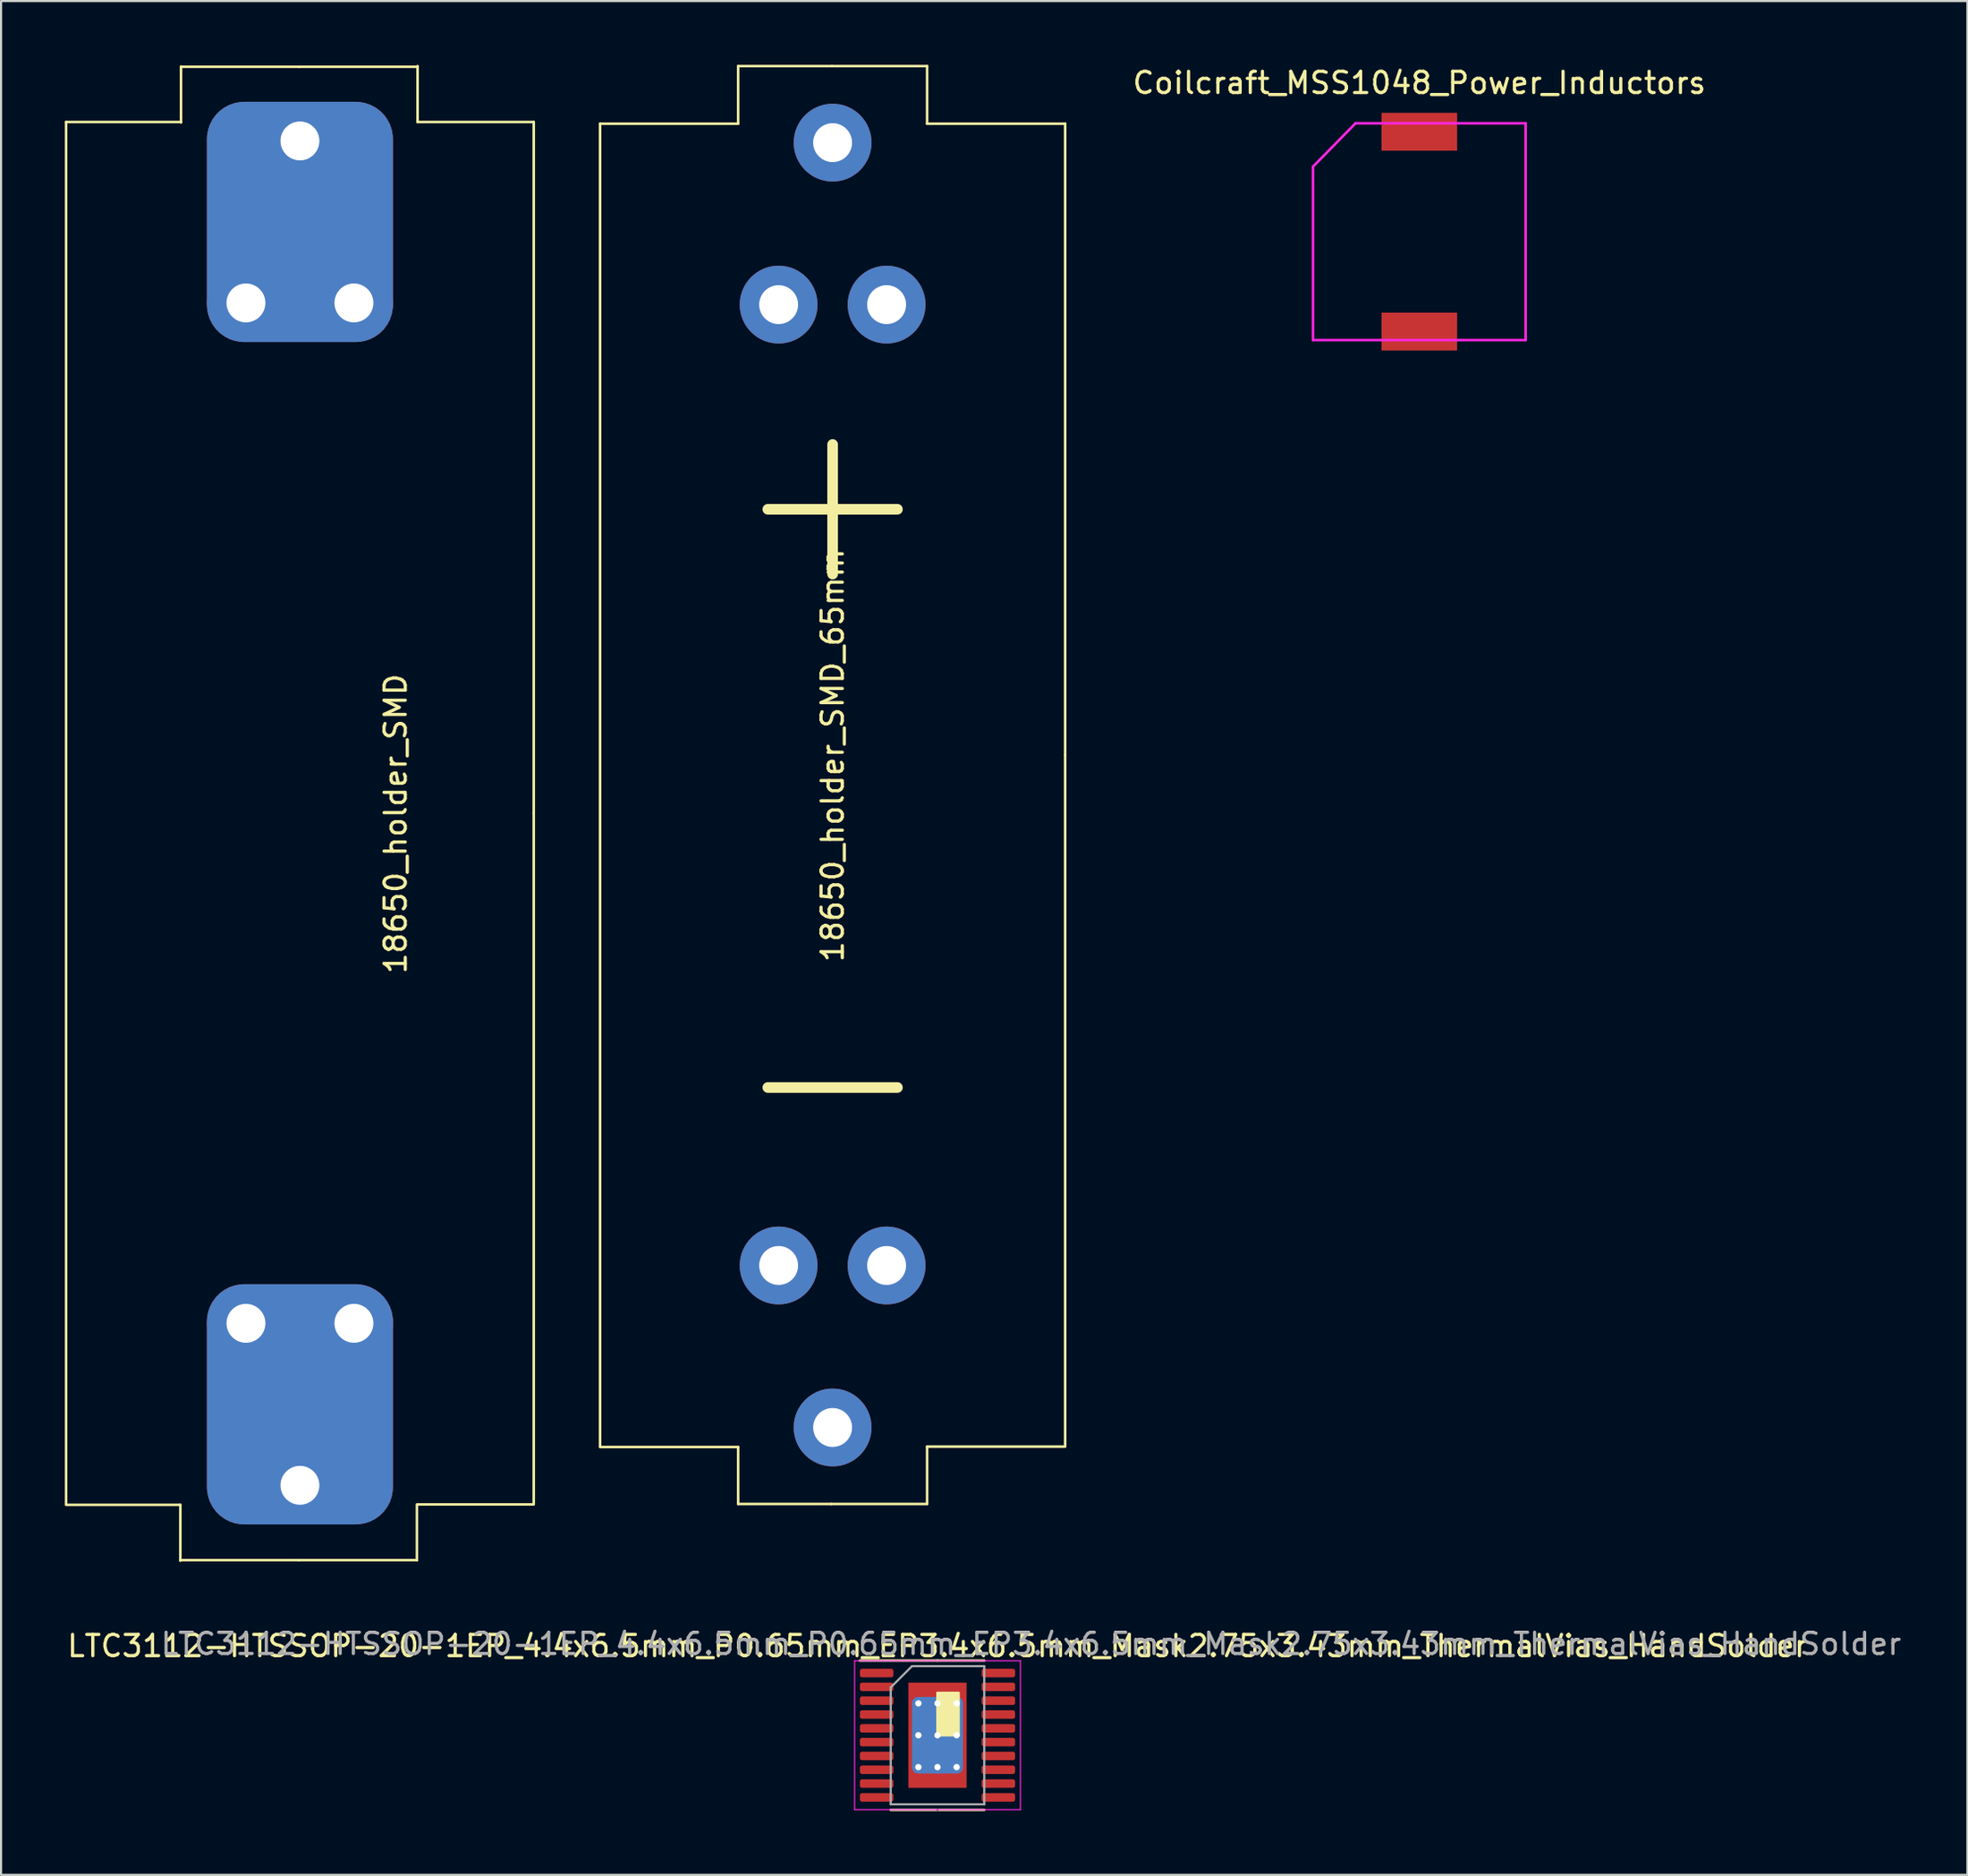
<source format=kicad_pcb>
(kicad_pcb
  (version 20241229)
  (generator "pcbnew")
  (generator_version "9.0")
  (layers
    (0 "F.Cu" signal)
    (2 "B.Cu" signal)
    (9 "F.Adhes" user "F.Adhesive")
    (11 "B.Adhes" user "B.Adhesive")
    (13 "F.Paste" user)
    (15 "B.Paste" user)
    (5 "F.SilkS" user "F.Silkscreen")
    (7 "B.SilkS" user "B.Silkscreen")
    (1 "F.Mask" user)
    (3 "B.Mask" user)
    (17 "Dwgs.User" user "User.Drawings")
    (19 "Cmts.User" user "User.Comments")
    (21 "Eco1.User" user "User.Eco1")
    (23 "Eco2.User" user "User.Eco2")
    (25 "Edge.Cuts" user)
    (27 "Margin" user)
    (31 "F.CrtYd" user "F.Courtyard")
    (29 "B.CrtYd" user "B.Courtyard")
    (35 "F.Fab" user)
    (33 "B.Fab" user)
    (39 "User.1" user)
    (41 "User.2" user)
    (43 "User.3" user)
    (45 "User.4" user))
  (footprint "Coilcraft_MSS1048_Power_Inductors"
    (layer "F.Cu")
    (at 63.721 7.848)
    (property "Reference" "Coilcraft_MSS1048_Power_Inductors" (at 0 -7 0) (layer "F.SilkS") (effects (font (size 1 1) (thickness 0.15))))
    (attr through_hole)
    (fp_line (start -5 -3.06) (end -3 -5.1) (stroke (width 0.12) (type solid)) (layer "F.CrtYd"))
    (fp_line (start -5 -2.55) (end -5 -3.06) (stroke (width 0.12) (type solid)) (layer "F.CrtYd"))
    (fp_line (start -5 -2.55) (end -5 5.1) (stroke (width 0.12) (type solid)) (layer "F.CrtYd"))
    (fp_line (start -5 5.1) (end 5 5.1) (stroke (width 0.12) (type solid)) (layer "F.CrtYd"))
    (fp_line (start 5 -5.1) (end -3 -5.1) (stroke (width 0.12) (type solid)) (layer "F.CrtYd"))
    (fp_line (start 5 5.1) (end 5 -5.1) (stroke (width 0.12) (type solid)) (layer "F.CrtYd"))
    (pad "1" smd rect (at 0 -4.7) (size 3.56 1.78) (layers "F.Cu" "F.Mask" "F.Paste"))
    (pad "2" smd rect (at 0 4.7) (size 3.56 1.78) (layers "F.Cu" "F.Mask" "F.Paste")))
  (footprint "LTC3112-HTSSOP-20-1EP_4.4x6.5mm_P0.65mm_EP3.4x6.5mm_Mask2.75x3.43mm_ThermalVias_HandSolder"
    (layer "F.Cu")
    (at 41.054 78.578)
    (property "Reference" "LTC3112-HTSSOP-20-1EP_4.4x6.5mm_P0.65mm_EP3.4x6.5mm_Mask2.75x3.43mm_ThermalVias_HandSolder" (at 0 -4.2 0) (layer "F.SilkS") (effects (font (size 1 1) (thickness 0.15))))
    (attr smd)
    (fp_line (start 0 -3.51) (end -3.65 -3.51) (stroke (width 0.12) (type solid)) (layer "F.SilkS"))
    (fp_line (start 0 -3.51) (end 2.2 -3.51) (stroke (width 0.12) (type solid)) (layer "F.SilkS"))
    (fp_line (start 0 3.51) (end -2.2 3.51) (stroke (width 0.12) (type solid)) (layer "F.SilkS"))
    (fp_line (start 0 3.51) (end 2.2 3.51) (stroke (width 0.12) (type solid)) (layer "F.SilkS"))
    (fp_poly (pts (xy 1 0) (xy 0 0) (xy 0 -2)) (stroke (width 0.1) (type solid)) (fill yes) (layer "F.SilkS"))
    (fp_poly (pts (xy 1 0) (xy 0 0) (xy 0 -2) (xy 1 -2)) (stroke (width 0.1) (type solid)) (fill yes) (layer "F.SilkS"))
    (fp_poly (pts (xy -0.1 -0.1) (xy -1.1 -0.1) (xy -1.1 -2.1) (xy -0.1 -2.1)) (stroke (width 0.1) (type solid)) (fill yes) (layer "F.Paste"))
    (fp_line (start -3.9 -3.5) (end -3.9 3.5) (stroke (width 0.05) (type solid)) (layer "F.CrtYd"))
    (fp_line (start -3.9 3.5) (end 3.9 3.5) (stroke (width 0.05) (type solid)) (layer "F.CrtYd"))
    (fp_line (start 3.9 -3.5) (end -3.9 -3.5) (stroke (width 0.05) (type solid)) (layer "F.CrtYd"))
    (fp_line (start 3.9 3.5) (end 3.9 -3.5) (stroke (width 0.05) (type solid)) (layer "F.CrtYd"))
    (fp_line (start 0 3.51) (end 0 3.51) (stroke (width 0.12) (type solid)) (layer "B.Fab"))
    (fp_line (start -2.2 -2.25) (end -1.2 -3.25) (stroke (width 0.1) (type solid)) (layer "F.Fab"))
    (fp_line (start -2.2 3.25) (end -2.2 -2.25) (stroke (width 0.1) (type solid)) (layer "F.Fab"))
    (fp_line (start -1.2 -3.25) (end 2.2 -3.25) (stroke (width 0.1) (type solid)) (layer "F.Fab"))
    (fp_line (start 2.2 -3.25) (end 2.2 3.25) (stroke (width 0.1) (type solid)) (layer "F.Fab"))
    (fp_line (start 2.2 3.25) (end -2.2 3.25) (stroke (width 0.1) (type solid)) (layer "F.Fab"))
    (fp_text user "${REFERENCE}" (at 4.4 -4.3 0) (layer "F.Fab") (effects (font (size 1 1) (thickness 0.15))))
    (pad "" smd rect (at 0 0) (size 2.74 4.95) (layers "F.Mask"))
    (pad "1" smd roundrect (at -2.862 -2.925) (size 1.575 0.4) (layers "F.Cu" "F.Mask" "F.Paste") (roundrect_rratio 0.25))
    (pad "2" smd roundrect (at -2.862 -2.275) (size 1.575 0.4) (layers "F.Cu" "F.Mask" "F.Paste") (roundrect_rratio 0.25))
    (pad "3" smd roundrect (at -2.862 -1.625) (size 1.575 0.4) (layers "F.Cu" "F.Mask" "F.Paste") (roundrect_rratio 0.25))
    (pad "4" smd roundrect (at -2.862 -0.975) (size 1.575 0.4) (layers "F.Cu" "F.Mask" "F.Paste") (roundrect_rratio 0.25))
    (pad "5" smd roundrect (at -2.862 -0.325) (size 1.575 0.4) (layers "F.Cu" "F.Mask" "F.Paste") (roundrect_rratio 0.25))
    (pad "6" smd roundrect (at -2.862 0.325) (size 1.575 0.4) (layers "F.Cu" "F.Mask" "F.Paste") (roundrect_rratio 0.25))
    (pad "7" smd roundrect (at -2.862 0.975) (size 1.575 0.4) (layers "F.Cu" "F.Mask" "F.Paste") (roundrect_rratio 0.25))
    (pad "8" smd roundrect (at -2.862 1.625) (size 1.575 0.4) (layers "F.Cu" "F.Mask" "F.Paste") (roundrect_rratio 0.25))
    (pad "9" smd roundrect (at -2.862 2.275) (size 1.575 0.4) (layers "F.Cu" "F.Mask" "F.Paste") (roundrect_rratio 0.25))
    (pad "10" smd roundrect (at -2.862 2.925) (size 1.575 0.4) (layers "F.Cu" "F.Mask" "F.Paste") (roundrect_rratio 0.25))
    (pad "11" smd roundrect (at 2.862 2.925) (size 1.575 0.4) (layers "F.Cu" "F.Mask" "F.Paste") (roundrect_rratio 0.25))
    (pad "12" smd roundrect (at 2.862 2.275) (size 1.575 0.4) (layers "F.Cu" "F.Mask" "F.Paste") (roundrect_rratio 0.25))
    (pad "13" smd roundrect (at 2.862 1.625) (size 1.575 0.4) (layers "F.Cu" "F.Mask" "F.Paste") (roundrect_rratio 0.25))
    (pad "14" smd roundrect (at 2.862 0.975) (size 1.575 0.4) (layers "F.Cu" "F.Mask" "F.Paste") (roundrect_rratio 0.25))
    (pad "15" smd roundrect (at 2.862 0.325) (size 1.575 0.4) (layers "F.Cu" "F.Mask" "F.Paste") (roundrect_rratio 0.25))
    (pad "16" smd roundrect (at 2.862 -0.325) (size 1.575 0.4) (layers "F.Cu" "F.Mask" "F.Paste") (roundrect_rratio 0.25))
    (pad "17" smd roundrect (at 2.862 -0.975) (size 1.575 0.4) (layers "F.Cu" "F.Mask" "F.Paste") (roundrect_rratio 0.25))
    (pad "18" smd roundrect (at 2.862 -1.625) (size 1.575 0.4) (layers "F.Cu" "F.Mask" "F.Paste") (roundrect_rratio 0.25))
    (pad "19" smd roundrect (at 2.862 -2.275) (size 1.575 0.4) (layers "F.Cu" "F.Mask" "F.Paste") (roundrect_rratio 0.25))
    (pad "20" smd roundrect (at 2.862 -2.925) (size 1.575 0.4) (layers "F.Cu" "F.Mask" "F.Paste") (roundrect_rratio 0.25))
    (pad "21" thru_hole circle (at -0.9 -1.5) (size 0.6 0.6) (drill 0.3) (layers "*.Cu"))
    (pad "21" thru_hole circle (at -0.9 0) (size 0.6 0.6) (drill 0.3) (layers "*.Cu"))
    (pad "21" thru_hole circle (at -0.9 1.5) (size 0.6 0.6) (drill 0.3) (layers "*.Cu"))
    (pad "21" thru_hole circle (at 0 -1.5) (size 0.6 0.6) (drill 0.3) (layers "*.Cu"))
    (pad "21" thru_hole circle (at 0 0) (size 0.6 0.6) (drill 0.3) (layers "*.Cu"))
    (pad "21" smd roundrect (at 0 0) (size 2.4 3.6) (layers "B.Cu") (roundrect_rratio 0.125))
    (pad "21" smd rect (at 0 0) (size 2.74 4.95) (layers "F.Cu"))
    (pad "21" thru_hole circle (at 0 1.5) (size 0.6 0.6) (drill 0.3) (layers "*.Cu"))
    (pad "21" thru_hole circle (at 0.9 -1.5) (size 0.6 0.6) (drill 0.3) (layers "*.Cu"))
    (pad "21" thru_hole circle (at 0.9 0) (size 0.6 0.6) (drill 0.3) (layers "*.Cu"))
    (pad "21" thru_hole circle (at 0.9 1.5) (size 0.6 0.6) (drill 0.3) (layers "*.Cu")))
  (footprint "18650_holder_SMD"
    (layer "F.Cu")
    (at 11.06 35.2)
    (property "Reference" "18650_holder_SMD" (at 4.5 0.5 90) (layer "F.SilkS") (effects (font (size 1 1) (thickness 0.15))))
    (attr through_hole)
    (fp_line (start -11 -32.51) (end -11 32.49) (stroke (width 0.12) (type solid)) (layer "F.SilkS"))
    (fp_line (start -11 -32.51) (end -5.595 -32.51) (stroke (width 0.12) (type solid)) (layer "F.SilkS"))
    (fp_line (start -5.625 32.54) (end -11 32.54) (stroke (width 0.12) (type solid)) (layer "F.SilkS"))
    (fp_line (start -5.625 35.14) (end -0.06 35.14) (stroke (width 0.12) (type solid)) (layer "F.SilkS"))
    (fp_line (start -5.625 35.17) (end -5.625 32.54) (stroke (width 0.12) (type solid)) (layer "F.SilkS"))
    (fp_line (start -5.595 -35.12) (end -5.595 -32.49) (stroke (width 0.12) (type solid)) (layer "F.SilkS"))
    (fp_line (start -0.06 35.14) (end 5.505 35.14) (stroke (width 0.12) (type solid)) (layer "F.SilkS"))
    (fp_line (start -0.03 -35.11) (end -5.595 -35.11) (stroke (width 0.12) (type solid)) (layer "F.SilkS"))
    (fp_line (start 5.505 35.15) (end 5.505 32.52) (stroke (width 0.12) (type solid)) (layer "F.SilkS"))
    (fp_line (start 5.535 -35.14) (end 5.535 -32.51) (stroke (width 0.12) (type solid)) (layer "F.SilkS"))
    (fp_line (start 5.535 -35.11) (end -0.03 -35.11) (stroke (width 0.12) (type solid)) (layer "F.SilkS"))
    (fp_line (start 5.535 -32.51) (end 11 -32.51) (stroke (width 0.12) (type solid)) (layer "F.SilkS"))
    (fp_line (start 11 -0.01) (end 11 -32.51) (stroke (width 0.12) (type solid)) (layer "F.SilkS"))
    (fp_line (start 11 32.49) (end 11 -0.01) (stroke (width 0.12) (type solid)) (layer "F.SilkS"))
    (fp_line (start 11 32.52) (end 5.56 32.52) (stroke (width 0.12) (type solid)) (layer "F.SilkS"))
    (pad "1" thru_hole circle (at -2.54 -24) (size 3.66 3.66) (drill 1.83) (layers "*.Cu" "*.Mask"))
    (pad "1" thru_hole circle (at 0 -31.62) (size 3.66 3.66) (drill 1.83) (layers "*.Cu" "*.Mask"))
    (pad "1" smd roundrect (at 0 -27.81) (size 8.75 11.3) (layers "F.Cu" "F.Mask") (roundrect_rratio 0.2))
    (pad "1" smd roundrect (at 0 -27.81) (size 8.75 11.3) (layers "F.Mask" "B.Cu") (roundrect_rratio 0.2))
    (pad "1" thru_hole circle (at 2.54 -24) (size 3.66 3.66) (drill 1.83) (layers "*.Cu" "*.Mask"))
    (pad "2" thru_hole circle (at -2.54 24) (size 3.66 3.66) (drill 1.83) (layers "*.Cu" "*.Mask"))
    (pad "2" smd roundrect (at 0 27.81) (size 8.75 11.3) (layers "F.Cu" "F.Mask") (roundrect_rratio 0.2))
    (pad "2" smd roundrect (at 0 27.81) (size 8.75 11.3) (layers "F.Mask" "B.Cu") (roundrect_rratio 0.2))
    (pad "2" thru_hole circle (at 0 31.62) (size 3.66 3.66) (drill 1.83) (layers "*.Cu" "*.Mask"))
    (pad "2" thru_hole circle (at 2.54 24) (size 3.66 3.66) (drill 1.83) (layers "*.Cu" "*.Mask")))
  (footprint "18650_holder_SMD_65mm"
    (layer "F.Cu")
    (at 36.12 32.48)
    (property "Reference" "18650_holder_SMD_65mm" (at 0 0 90) (layer "F.SilkS") (effects (font (size 1 1) (thickness 0.15))))
    (attr through_hole)
    (fp_line (start -10.94 -29.71) (end -10.94 32.49) (stroke (width 0.12) (type solid)) (layer "F.SilkS"))
    (fp_line (start -10.94 -29.71) (end -4.445 -29.71) (stroke (width 0.12) (type solid)) (layer "F.SilkS"))
    (fp_line (start -4.445 -32.42) (end -4.445 -29.71) (stroke (width 0.12) (type solid)) (layer "F.SilkS"))
    (fp_line (start -4.445 32.54) (end -10.94 32.54) (stroke (width 0.12) (type solid)) (layer "F.SilkS"))
    (fp_line (start -4.445 35.22) (end -4.445 32.54) (stroke (width 0.12) (type solid)) (layer "F.SilkS"))
    (fp_line (start -4.445 35.22) (end -0.06 35.22) (stroke (width 0.12) (type solid)) (layer "F.SilkS"))
    (fp_line (start -0.06 35.22) (end 4.445 35.22) (stroke (width 0.12) (type solid)) (layer "F.SilkS"))
    (fp_line (start -0.03 -32.42) (end -4.445 -32.42) (stroke (width 0.12) (type solid)) (layer "F.SilkS"))
    (fp_line (start 4.445 -32.42) (end -0.03 -32.42) (stroke (width 0.12) (type solid)) (layer "F.SilkS"))
    (fp_line (start 4.445 -32.42) (end 4.445 -29.71) (stroke (width 0.12) (type solid)) (layer "F.SilkS"))
    (fp_line (start 4.445 -29.71) (end 10.94 -29.71) (stroke (width 0.12) (type solid)) (layer "F.SilkS"))
    (fp_line (start 4.445 35.22) (end 4.445 32.52) (stroke (width 0.12) (type solid)) (layer "F.SilkS"))
    (fp_line (start 10.94 -0.01) (end 10.94 -29.71) (stroke (width 0.12) (type solid)) (layer "F.SilkS"))
    (fp_line (start 10.94 32.49) (end 10.94 -0.01) (stroke (width 0.12) (type solid)) (layer "F.SilkS"))
    (fp_line (start 10.94 32.52) (end 4.445 32.52) (stroke (width 0.12) (type solid)) (layer "F.SilkS"))
    (fp_text user "-" (at 0 15 0) (layer "F.SilkS") (effects (font (size 8 8) (thickness 0.5))))
    (fp_text user "+" (at 0 -12.2 0) (layer "F.SilkS") (effects (font (size 8 8) (thickness 0.5))))
    (pad "1" thru_hole circle (at -2.54 -21.2) (size 3.66 3.66) (drill 1.83) (layers "*.Cu" "*.Mask"))
    (pad "1" thru_hole circle (at 0 -28.82) (size 3.66 3.66) (drill 1.83) (layers "*.Cu" "*.Mask"))
    (pad "1" thru_hole circle (at 2.54 -21.2) (size 3.66 3.66) (drill 1.83) (layers "*.Cu" "*.Mask"))
    (pad "2" thru_hole circle (at -2.54 24) (size 3.66 3.66) (drill 1.83) (layers "*.Cu" "*.Mask"))
    (pad "2" thru_hole circle (at 0 31.62) (size 3.66 3.66) (drill 1.83) (layers "*.Cu" "*.Mask"))
    (pad "2" thru_hole circle (at 2.54 24) (size 3.66 3.66) (drill 1.83) (layers "*.Cu" "*.Mask")))
  (gr_rect
    (start -3 -3)
    (end 89.507 85.148)
    (stroke (width 0.1) (type default))
    (fill no)
    (layer "Edge.Cuts")))
</source>
